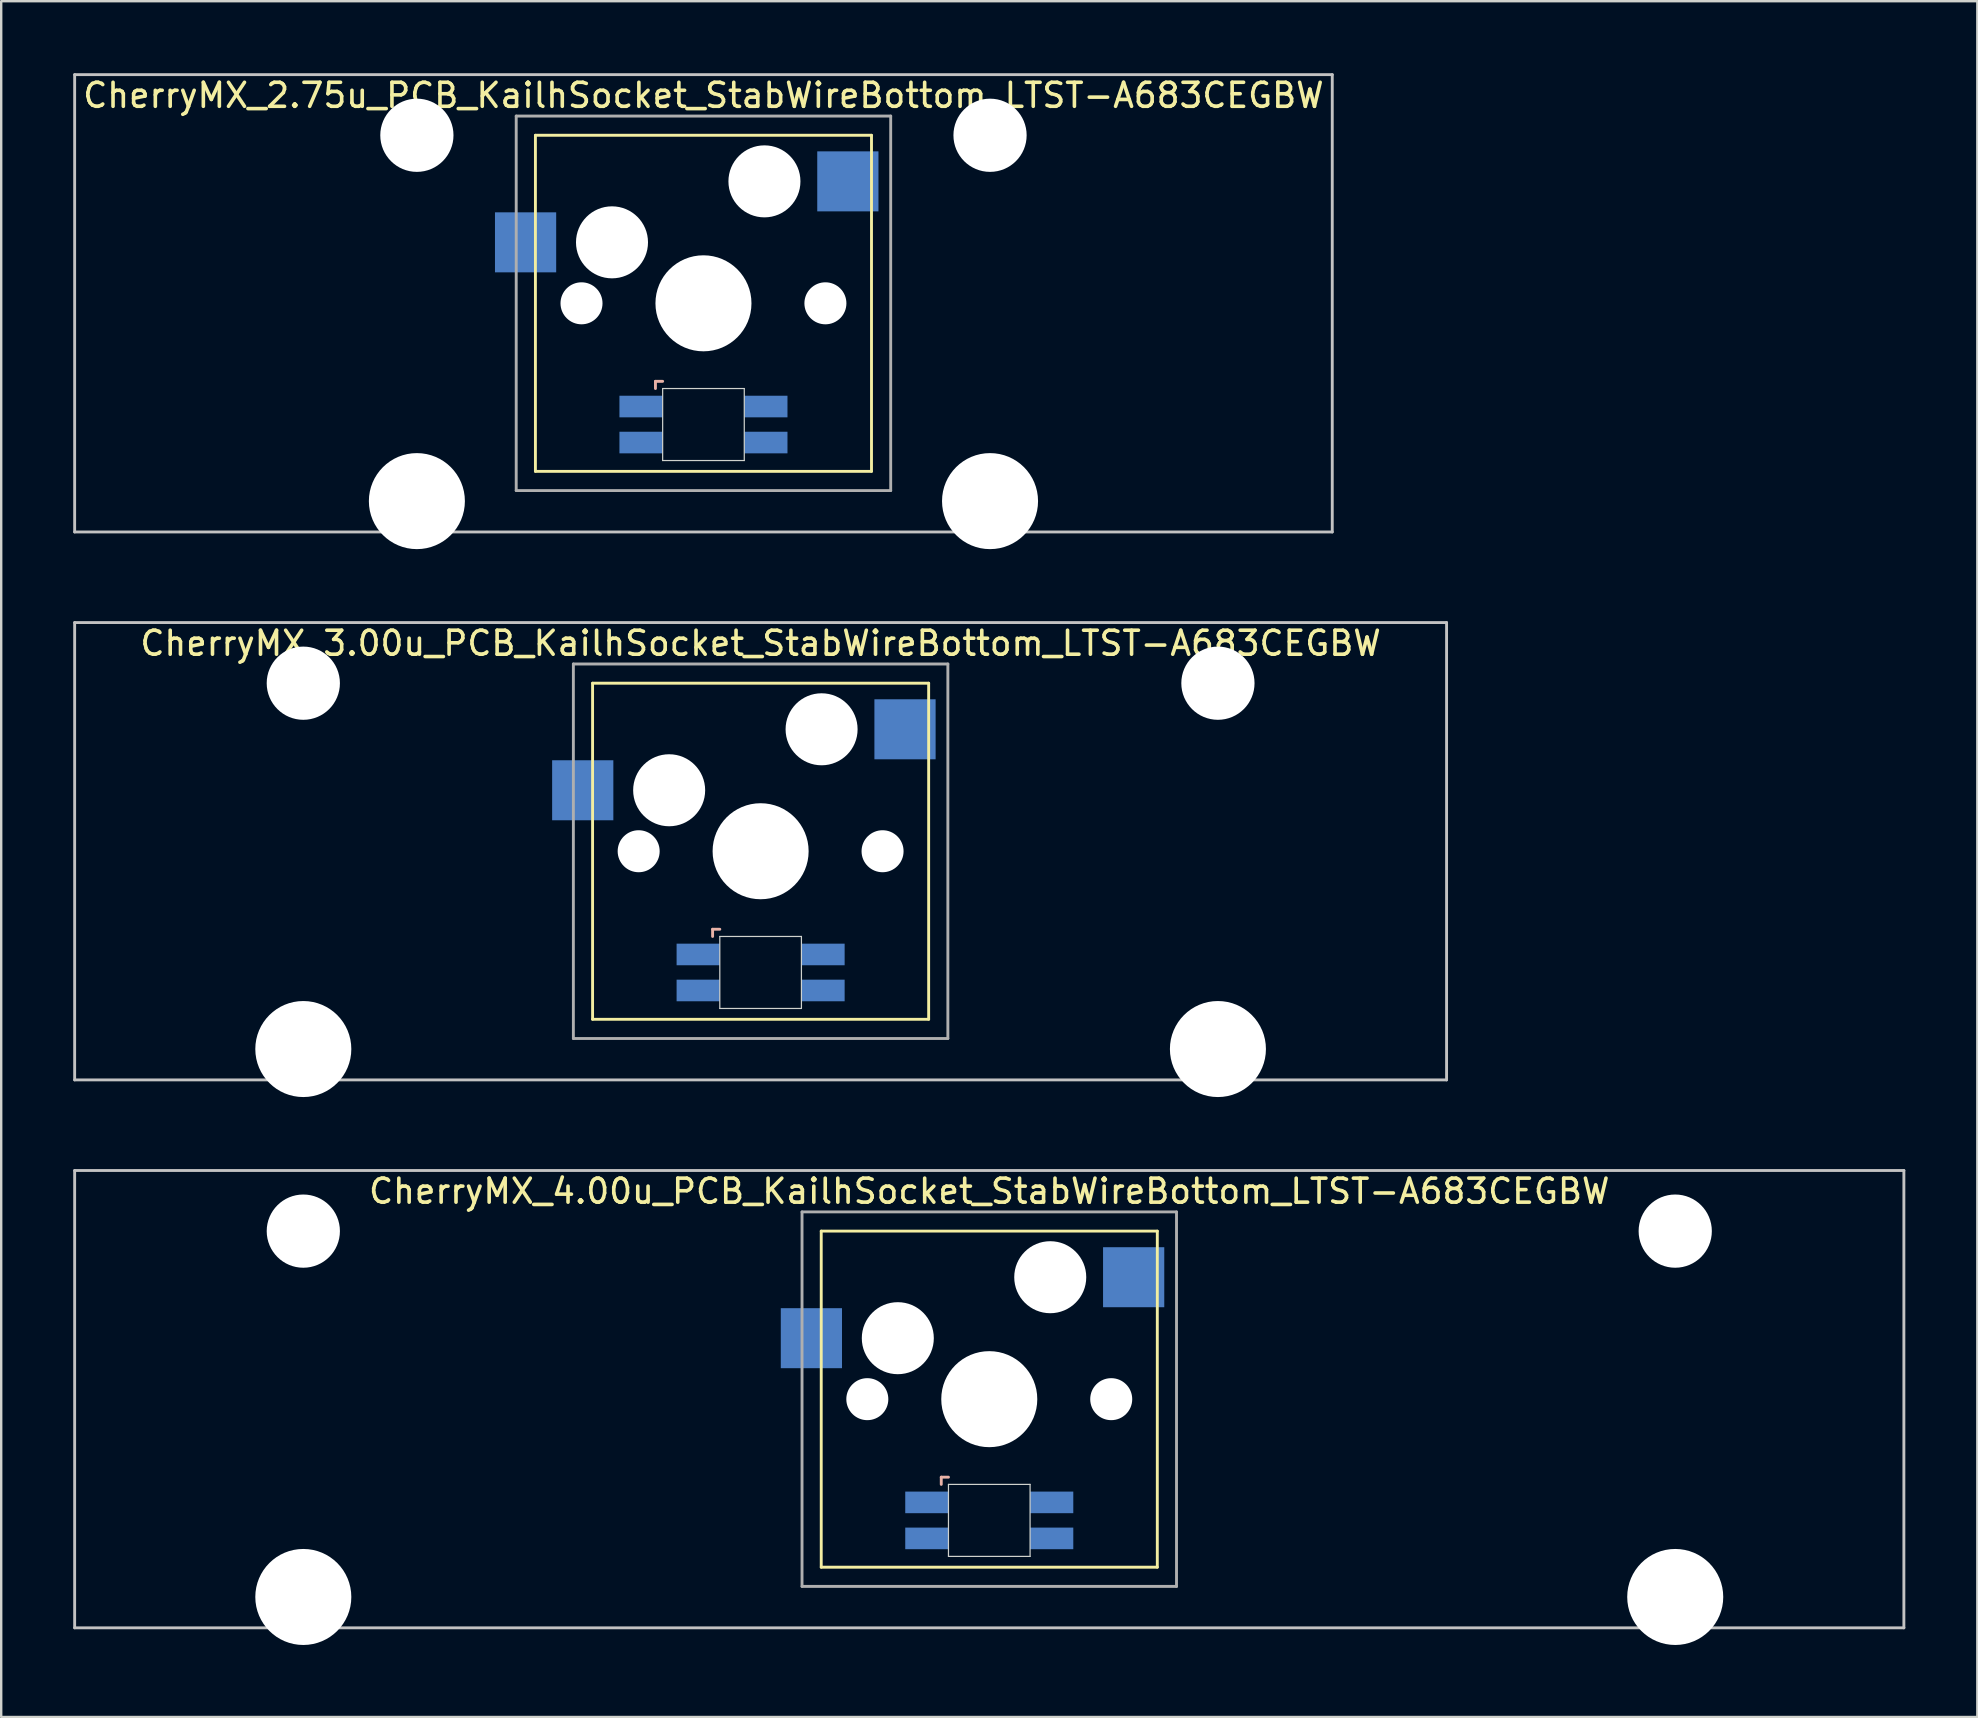
<source format=kicad_pcb>
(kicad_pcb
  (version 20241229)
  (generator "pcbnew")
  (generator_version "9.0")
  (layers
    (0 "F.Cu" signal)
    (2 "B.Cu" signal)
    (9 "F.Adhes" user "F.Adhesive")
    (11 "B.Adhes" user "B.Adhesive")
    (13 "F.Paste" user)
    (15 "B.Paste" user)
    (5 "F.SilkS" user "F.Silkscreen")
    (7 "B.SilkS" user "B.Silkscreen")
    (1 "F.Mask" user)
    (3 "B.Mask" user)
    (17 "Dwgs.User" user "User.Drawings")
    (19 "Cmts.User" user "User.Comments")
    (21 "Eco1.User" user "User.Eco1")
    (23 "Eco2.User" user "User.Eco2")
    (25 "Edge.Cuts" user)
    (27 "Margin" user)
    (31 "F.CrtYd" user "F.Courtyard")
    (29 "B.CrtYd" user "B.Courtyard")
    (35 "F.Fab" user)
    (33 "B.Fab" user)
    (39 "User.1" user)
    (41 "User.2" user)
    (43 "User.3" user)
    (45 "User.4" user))
  (footprint "CherryMX_4.00u_PCB_KailhSocket_StabWireBottom_LTST-A683CEGBW"
    (layer "F.Cu")
    (at 38.16 55.235)
    (property "Reference" "CherryMX_4.00u_PCB_KailhSocket_StabWireBottom_LTST-A683CEGBW" (at 0 -8.662 0) (layer "F.SilkS") (effects (font (size 1 1) (thickness 0.15))))
    (attr through_hole)
    (fp_line (start -7 -7) (end -7 7) (stroke (width 0.12) (type solid)) (layer "F.SilkS"))
    (fp_line (start -7 -7) (end 7 -7) (stroke (width 0.12) (type solid)) (layer "F.SilkS"))
    (fp_line (start 7 -7) (end 7 7) (stroke (width 0.12) (type solid)) (layer "F.SilkS"))
    (fp_line (start 7 7) (end -7 7) (stroke (width 0.12) (type solid)) (layer "F.SilkS"))
    (fp_line (start -2 3.25) (end -2 3.55) (stroke (width 0.12) (type solid)) (layer "B.SilkS"))
    (fp_line (start -1.7 3.25) (end -2 3.25) (stroke (width 0.12) (type solid)) (layer "B.SilkS"))
    (fp_line (start -38.1 -9.525) (end 38.1 -9.525) (stroke (width 0.12) (type solid)) (layer "Dwgs.User"))
    (fp_line (start -38.1 9.525) (end -38.1 -9.525) (stroke (width 0.12) (type solid)) (layer "Dwgs.User"))
    (fp_line (start 38.1 -9.525) (end 38.1 9.525) (stroke (width 0.12) (type solid)) (layer "Dwgs.User"))
    (fp_line (start 38.1 9.525) (end -38.1 9.525) (stroke (width 0.12) (type solid)) (layer "Dwgs.User"))
    (fp_line (start -1.7 3.55) (end 1.7 3.55) (stroke (width 0.05) (type solid)) (layer "Edge.Cuts"))
    (fp_line (start -1.7 6.55) (end -1.7 3.55) (stroke (width 0.05) (type solid)) (layer "Edge.Cuts"))
    (fp_line (start 1.7 3.55) (end 1.7 6.55) (stroke (width 0.05) (type solid)) (layer "Edge.Cuts"))
    (fp_line (start 1.7 6.55) (end -1.7 6.55) (stroke (width 0.05) (type solid)) (layer "Edge.Cuts"))
    (fp_line (start -7.8 -7.8) (end -7.8 7.8) (stroke (width 0.12) (type solid)) (layer "F.Fab"))
    (fp_line (start -7.8 -7.8) (end 7.8 -7.8) (stroke (width 0.12) (type solid)) (layer "F.Fab"))
    (fp_line (start -7.8 7.8) (end 7.8 7.8) (stroke (width 0.12) (type solid)) (layer "F.Fab"))
    (fp_line (start 7.8 -7.8) (end 7.8 7.8) (stroke (width 0.12) (type solid)) (layer "F.Fab"))
    (pad "" np_thru_hole circle (at -28.575 -7) (size 3.05 3.05) (drill 3.05) (layers "*.Cu" "*.Mask"))
    (pad "" np_thru_hole circle (at -28.575 8.24) (size 4 4) (drill 4) (layers "*.Cu" "*.Mask"))
    (pad "" np_thru_hole circle (at -5.08 0) (size 1.75 1.75) (drill 1.75) (layers "*.Cu" "*.Mask"))
    (pad "" np_thru_hole circle (at -3.81 -2.54) (size 3 3) (drill 3) (layers "*.Cu" "*.Mask"))
    (pad "" np_thru_hole circle (at 0 0) (size 4 4) (drill 4) (layers "*.Cu" "*.Mask"))
    (pad "" np_thru_hole circle (at 2.54 -5.08) (size 3 3) (drill 3) (layers "*.Cu" "*.Mask"))
    (pad "" np_thru_hole circle (at 5.08 0) (size 1.75 1.75) (drill 1.75) (layers "*.Cu" "*.Mask"))
    (pad "" np_thru_hole circle (at 28.575 -7) (size 3.05 3.05) (drill 3.05) (layers "*.Cu" "*.Mask"))
    (pad "" np_thru_hole circle (at 28.575 8.24) (size 4 4) (drill 4) (layers "*.Cu" "*.Mask"))
    (pad "1" smd rect (at -7.41 -2.54) (size 2.55 2.5) (layers "B.Cu" "B.Mask" "B.Paste"))
    (pad "2" smd rect (at 6.015 -5.08) (size 2.55 2.5) (layers "B.Cu" "B.Mask" "B.Paste"))
    (pad "3" smd rect (at -2.6 4.3) (size 1.8 0.9) (layers "B.Cu" "B.Mask" "B.Paste"))
    (pad "4" smd rect (at -2.6 5.8) (size 1.8 0.9) (layers "B.Cu" "B.Mask" "B.Paste"))
    (pad "5" smd rect (at 2.6 4.3) (size 1.8 0.9) (layers "B.Cu" "B.Mask" "B.Paste"))
    (pad "6" smd rect (at 2.6 5.8) (size 1.8 0.9) (layers "B.Cu" "B.Mask" "B.Paste")))
  (footprint "CherryMX_3.00u_PCB_KailhSocket_StabWireBottom_LTST-A683CEGBW"
    (layer "F.Cu")
    (at 28.635 32.41)
    (property "Reference" "CherryMX_3.00u_PCB_KailhSocket_StabWireBottom_LTST-A683CEGBW" (at 0 -8.662 0) (layer "F.SilkS") (effects (font (size 1 1) (thickness 0.15))))
    (attr through_hole)
    (fp_line (start -7 -7) (end -7 7) (stroke (width 0.12) (type solid)) (layer "F.SilkS"))
    (fp_line (start -7 -7) (end 7 -7) (stroke (width 0.12) (type solid)) (layer "F.SilkS"))
    (fp_line (start 7 -7) (end 7 7) (stroke (width 0.12) (type solid)) (layer "F.SilkS"))
    (fp_line (start 7 7) (end -7 7) (stroke (width 0.12) (type solid)) (layer "F.SilkS"))
    (fp_line (start -2 3.25) (end -2 3.55) (stroke (width 0.12) (type solid)) (layer "B.SilkS"))
    (fp_line (start -1.7 3.25) (end -2 3.25) (stroke (width 0.12) (type solid)) (layer "B.SilkS"))
    (fp_line (start -28.575 -9.525) (end 28.575 -9.525) (stroke (width 0.12) (type solid)) (layer "Dwgs.User"))
    (fp_line (start -28.575 9.525) (end -28.575 -9.525) (stroke (width 0.12) (type solid)) (layer "Dwgs.User"))
    (fp_line (start 28.575 -9.525) (end 28.575 9.525) (stroke (width 0.12) (type solid)) (layer "Dwgs.User"))
    (fp_line (start 28.575 9.525) (end -28.575 9.525) (stroke (width 0.12) (type solid)) (layer "Dwgs.User"))
    (fp_line (start -1.7 3.55) (end 1.7 3.55) (stroke (width 0.05) (type solid)) (layer "Edge.Cuts"))
    (fp_line (start -1.7 6.55) (end -1.7 3.55) (stroke (width 0.05) (type solid)) (layer "Edge.Cuts"))
    (fp_line (start 1.7 3.55) (end 1.7 6.55) (stroke (width 0.05) (type solid)) (layer "Edge.Cuts"))
    (fp_line (start 1.7 6.55) (end -1.7 6.55) (stroke (width 0.05) (type solid)) (layer "Edge.Cuts"))
    (fp_line (start -7.8 -7.8) (end -7.8 7.8) (stroke (width 0.12) (type solid)) (layer "F.Fab"))
    (fp_line (start -7.8 -7.8) (end 7.8 -7.8) (stroke (width 0.12) (type solid)) (layer "F.Fab"))
    (fp_line (start -7.8 7.8) (end 7.8 7.8) (stroke (width 0.12) (type solid)) (layer "F.Fab"))
    (fp_line (start 7.8 -7.8) (end 7.8 7.8) (stroke (width 0.12) (type solid)) (layer "F.Fab"))
    (pad "" np_thru_hole circle (at -19.05 -7) (size 3.05 3.05) (drill 3.05) (layers "*.Cu" "*.Mask"))
    (pad "" np_thru_hole circle (at -19.05 8.24) (size 4 4) (drill 4) (layers "*.Cu" "*.Mask"))
    (pad "" np_thru_hole circle (at -5.08 0) (size 1.75 1.75) (drill 1.75) (layers "*.Cu" "*.Mask"))
    (pad "" np_thru_hole circle (at -3.81 -2.54) (size 3 3) (drill 3) (layers "*.Cu" "*.Mask"))
    (pad "" np_thru_hole circle (at 0 0) (size 4 4) (drill 4) (layers "*.Cu" "*.Mask"))
    (pad "" np_thru_hole circle (at 2.54 -5.08) (size 3 3) (drill 3) (layers "*.Cu" "*.Mask"))
    (pad "" np_thru_hole circle (at 5.08 0) (size 1.75 1.75) (drill 1.75) (layers "*.Cu" "*.Mask"))
    (pad "" np_thru_hole circle (at 19.05 -7) (size 3.05 3.05) (drill 3.05) (layers "*.Cu" "*.Mask"))
    (pad "" np_thru_hole circle (at 19.05 8.24) (size 4 4) (drill 4) (layers "*.Cu" "*.Mask"))
    (pad "1" smd rect (at -7.41 -2.54) (size 2.55 2.5) (layers "B.Cu" "B.Mask" "B.Paste"))
    (pad "2" smd rect (at 6.015 -5.08) (size 2.55 2.5) (layers "B.Cu" "B.Mask" "B.Paste"))
    (pad "3" smd rect (at -2.6 4.3) (size 1.8 0.9) (layers "B.Cu" "B.Mask" "B.Paste"))
    (pad "4" smd rect (at -2.6 5.8) (size 1.8 0.9) (layers "B.Cu" "B.Mask" "B.Paste"))
    (pad "5" smd rect (at 2.6 4.3) (size 1.8 0.9) (layers "B.Cu" "B.Mask" "B.Paste"))
    (pad "6" smd rect (at 2.6 5.8) (size 1.8 0.9) (layers "B.Cu" "B.Mask" "B.Paste")))
  (footprint "CherryMX_2.75u_PCB_KailhSocket_StabWireBottom_LTST-A683CEGBW"
    (layer "F.Cu")
    (at 26.254 9.585)
    (property "Reference" "CherryMX_2.75u_PCB_KailhSocket_StabWireBottom_LTST-A683CEGBW" (at 0 -8.662 0) (layer "F.SilkS") (effects (font (size 1 1) (thickness 0.15))))
    (attr through_hole)
    (fp_line (start -7 -7) (end -7 7) (stroke (width 0.12) (type solid)) (layer "F.SilkS"))
    (fp_line (start -7 -7) (end 7 -7) (stroke (width 0.12) (type solid)) (layer "F.SilkS"))
    (fp_line (start 7 -7) (end 7 7) (stroke (width 0.12) (type solid)) (layer "F.SilkS"))
    (fp_line (start 7 7) (end -7 7) (stroke (width 0.12) (type solid)) (layer "F.SilkS"))
    (fp_line (start -2 3.25) (end -2 3.55) (stroke (width 0.12) (type solid)) (layer "B.SilkS"))
    (fp_line (start -1.7 3.25) (end -2 3.25) (stroke (width 0.12) (type solid)) (layer "B.SilkS"))
    (fp_line (start -26.194 -9.525) (end 26.194 -9.525) (stroke (width 0.12) (type solid)) (layer "Dwgs.User"))
    (fp_line (start -26.194 9.525) (end -26.194 -9.525) (stroke (width 0.12) (type solid)) (layer "Dwgs.User"))
    (fp_line (start 26.194 -9.525) (end 26.194 9.525) (stroke (width 0.12) (type solid)) (layer "Dwgs.User"))
    (fp_line (start 26.194 9.525) (end -26.194 9.525) (stroke (width 0.12) (type solid)) (layer "Dwgs.User"))
    (fp_line (start -1.7 3.55) (end 1.7 3.55) (stroke (width 0.05) (type solid)) (layer "Edge.Cuts"))
    (fp_line (start -1.7 6.55) (end -1.7 3.55) (stroke (width 0.05) (type solid)) (layer "Edge.Cuts"))
    (fp_line (start 1.7 3.55) (end 1.7 6.55) (stroke (width 0.05) (type solid)) (layer "Edge.Cuts"))
    (fp_line (start 1.7 6.55) (end -1.7 6.55) (stroke (width 0.05) (type solid)) (layer "Edge.Cuts"))
    (fp_line (start -7.8 -7.8) (end -7.8 7.8) (stroke (width 0.12) (type solid)) (layer "F.Fab"))
    (fp_line (start -7.8 -7.8) (end 7.8 -7.8) (stroke (width 0.12) (type solid)) (layer "F.Fab"))
    (fp_line (start -7.8 7.8) (end 7.8 7.8) (stroke (width 0.12) (type solid)) (layer "F.Fab"))
    (fp_line (start 7.8 -7.8) (end 7.8 7.8) (stroke (width 0.12) (type solid)) (layer "F.Fab"))
    (pad "" np_thru_hole circle (at -11.938 -7) (size 3.05 3.05) (drill 3.05) (layers "*.Cu" "*.Mask"))
    (pad "" np_thru_hole circle (at -11.938 8.24) (size 4 4) (drill 4) (layers "*.Cu" "*.Mask"))
    (pad "" np_thru_hole circle (at -5.08 0) (size 1.75 1.75) (drill 1.75) (layers "*.Cu" "*.Mask"))
    (pad "" np_thru_hole circle (at -3.81 -2.54) (size 3 3) (drill 3) (layers "*.Cu" "*.Mask"))
    (pad "" np_thru_hole circle (at 0 0) (size 4 4) (drill 4) (layers "*.Cu" "*.Mask"))
    (pad "" np_thru_hole circle (at 2.54 -5.08) (size 3 3) (drill 3) (layers "*.Cu" "*.Mask"))
    (pad "" np_thru_hole circle (at 5.08 0) (size 1.75 1.75) (drill 1.75) (layers "*.Cu" "*.Mask"))
    (pad "" np_thru_hole circle (at 11.938 -7) (size 3.05 3.05) (drill 3.05) (layers "*.Cu" "*.Mask"))
    (pad "" np_thru_hole circle (at 11.938 8.24) (size 4 4) (drill 4) (layers "*.Cu" "*.Mask"))
    (pad "1" smd rect (at -7.41 -2.54) (size 2.55 2.5) (layers "B.Cu" "B.Mask" "B.Paste"))
    (pad "2" smd rect (at 6.015 -5.08) (size 2.55 2.5) (layers "B.Cu" "B.Mask" "B.Paste"))
    (pad "3" smd rect (at -2.6 4.3) (size 1.8 0.9) (layers "B.Cu" "B.Mask" "B.Paste"))
    (pad "4" smd rect (at -2.6 5.8) (size 1.8 0.9) (layers "B.Cu" "B.Mask" "B.Paste"))
    (pad "5" smd rect (at 2.6 4.3) (size 1.8 0.9) (layers "B.Cu" "B.Mask" "B.Paste"))
    (pad "6" smd rect (at 2.6 5.8) (size 1.8 0.9) (layers "B.Cu" "B.Mask" "B.Paste")))
  (gr_rect
    (start -3 -3)
    (end 79.32 68.475)
    (stroke (width 0.1) (type default))
    (fill no)
    (layer "Edge.Cuts")))
</source>
